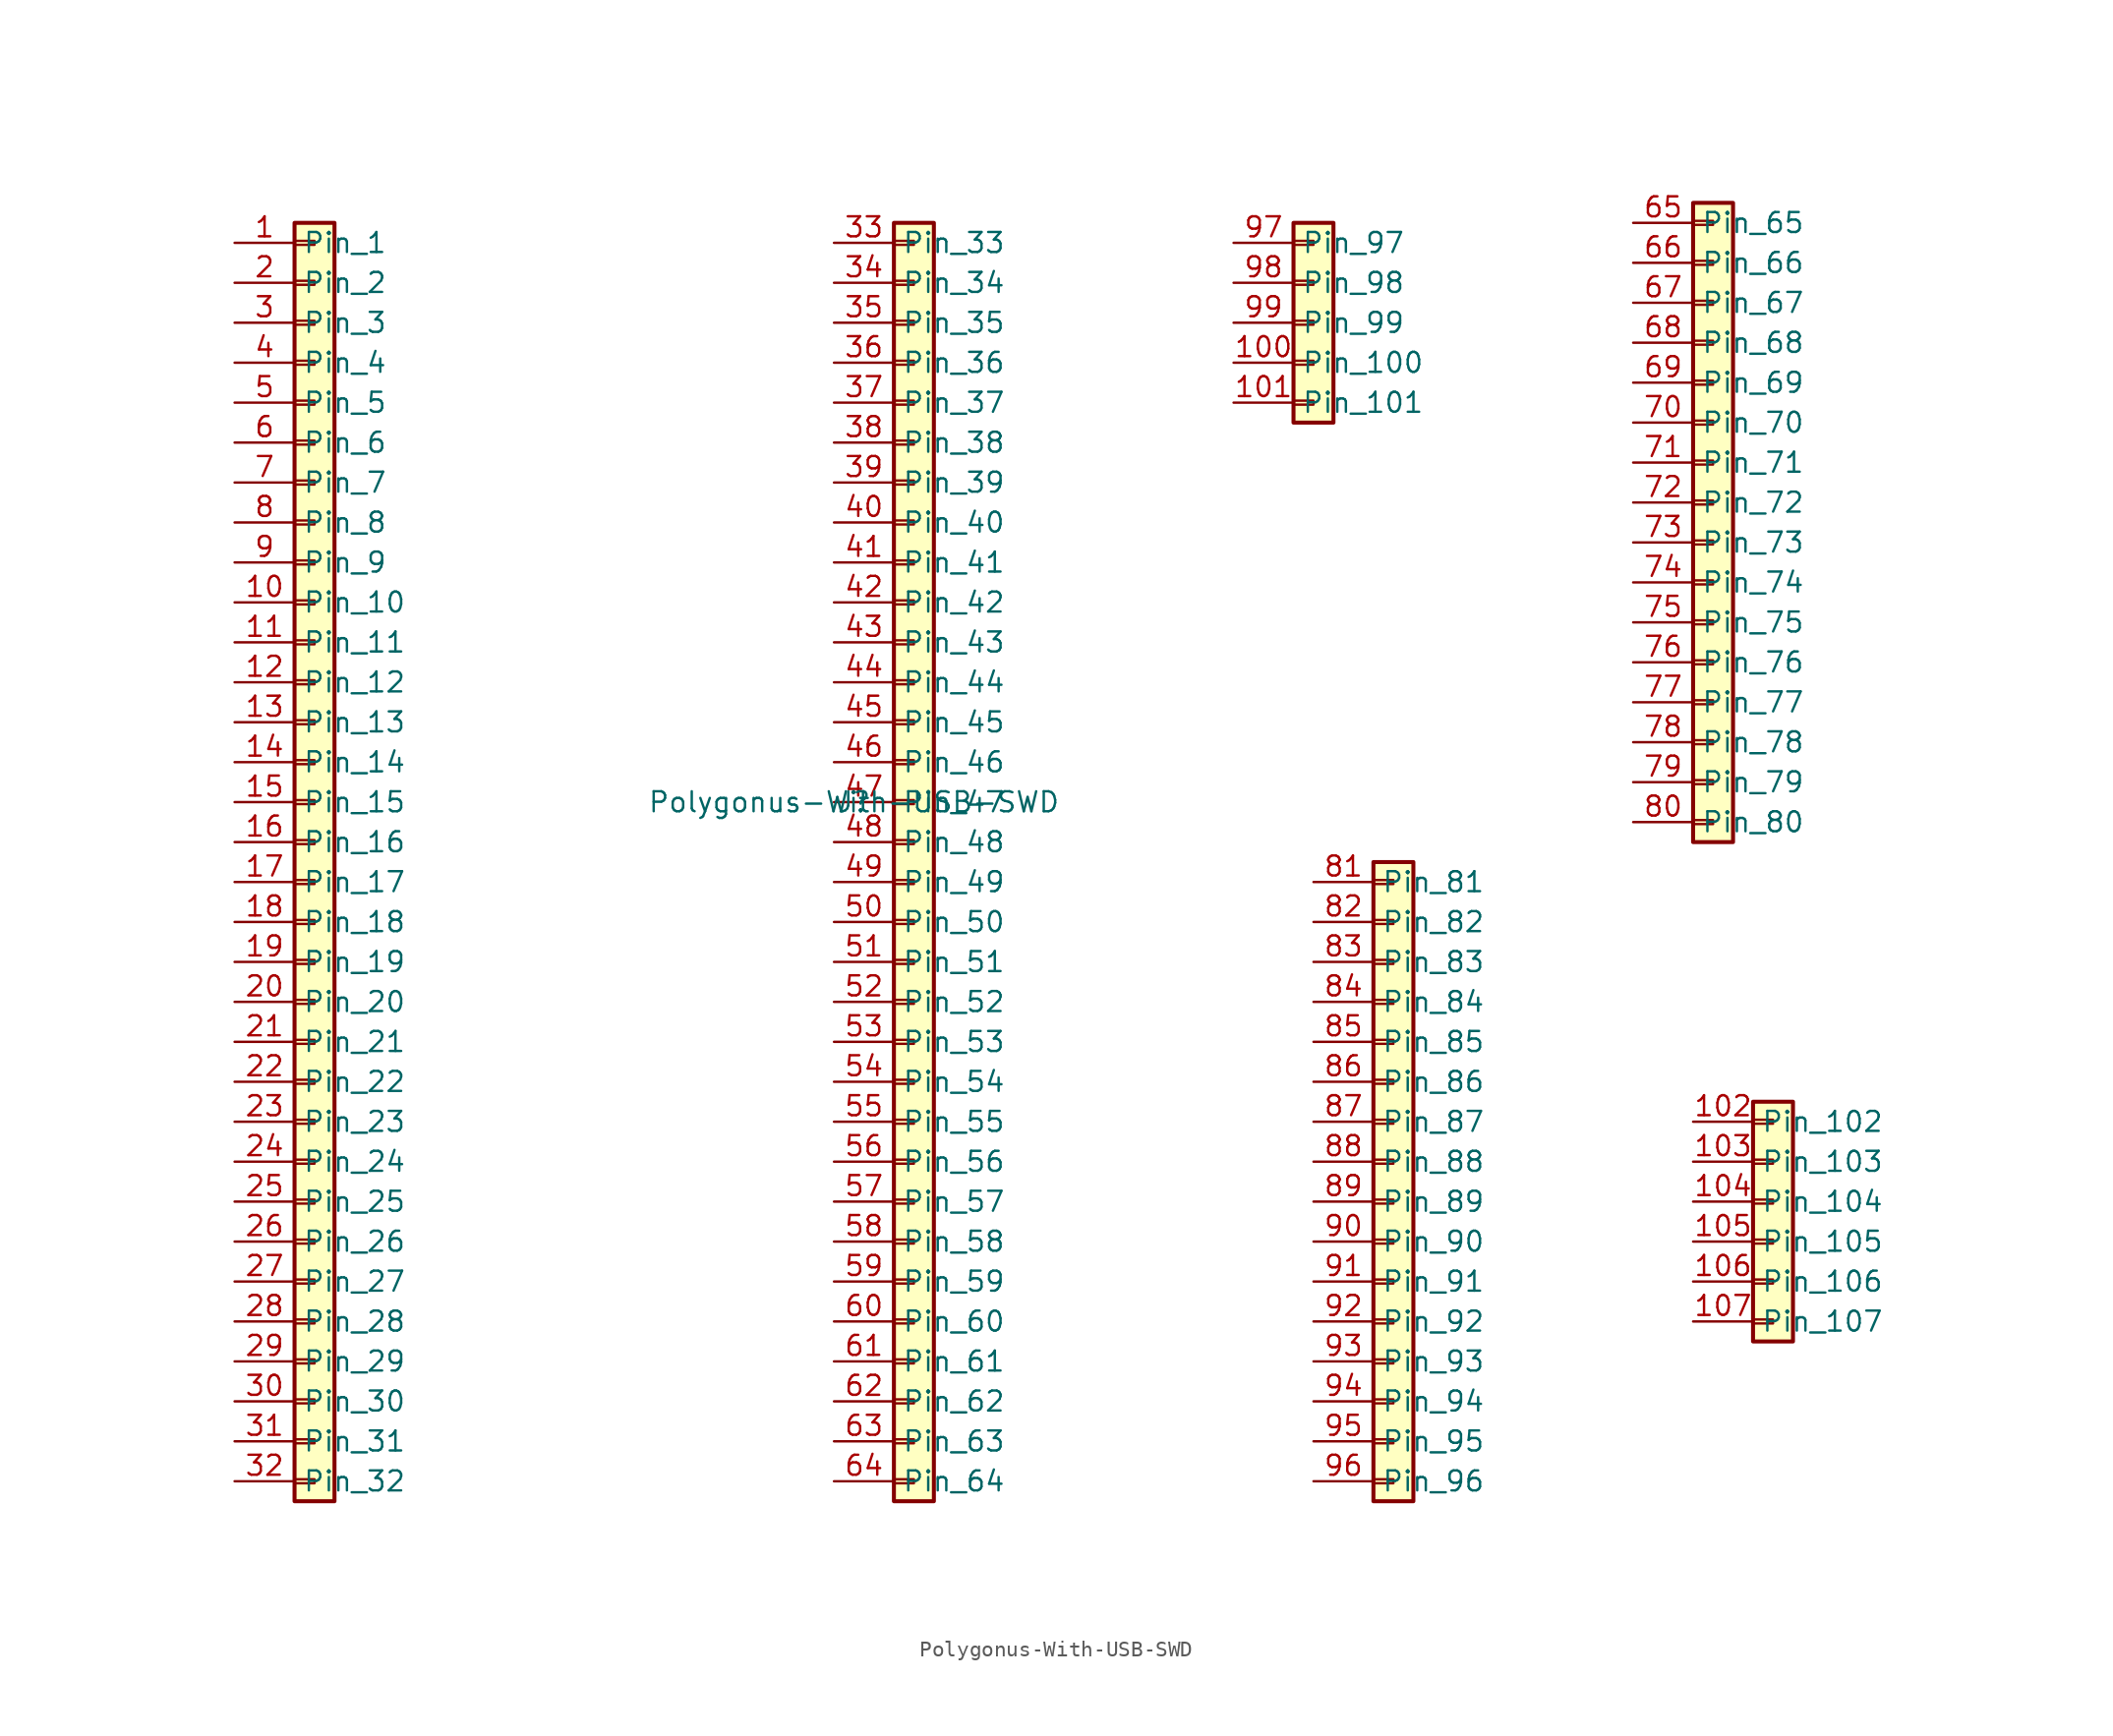
<source format=kicad_sym>
(kicad_symbol_lib
  (version 20211014)
  (generator kicad_symbol_editor)
  (symbol "Polygonus-With-USB-SWD"
    (property "Reference" "J"
      (at 0 0 0)
      (effects (font (size 1.27 1.27))))
    (property "Value" "Polygonus-With-USB-SWD"
      (at 0 0 0)
      (effects (font (size 1.27 1.27))))
    (symbol "Polygonus-With-USB-SWD_1_1"
      (rectangle (start -35.56 -43.053) (end -34.29 -43.307) (stroke (width 0.152) (type default) (color 0 0 0 0)) (fill (type none)))
      (rectangle (start -35.56 -40.513) (end -34.29 -40.767) (stroke (width 0.152) (type default) (color 0 0 0 0)) (fill (type none)))
      (rectangle (start -35.56 -37.973) (end -34.29 -38.227) (stroke (width 0.152) (type default) (color 0 0 0 0)) (fill (type none)))
      (rectangle (start -35.56 -35.433) (end -34.29 -35.687) (stroke (width 0.152) (type default) (color 0 0 0 0)) (fill (type none)))
      (rectangle (start -35.56 -32.893) (end -34.29 -33.147) (stroke (width 0.152) (type default) (color 0 0 0 0)) (fill (type none)))
      (rectangle (start -35.56 -30.353) (end -34.29 -30.607) (stroke (width 0.152) (type default) (color 0 0 0 0)) (fill (type none)))
      (rectangle (start -35.56 -27.813) (end -34.29 -28.067) (stroke (width 0.152) (type default) (color 0 0 0 0)) (fill (type none)))
      (rectangle (start -35.56 -25.273) (end -34.29 -25.527) (stroke (width 0.152) (type default) (color 0 0 0 0)) (fill (type none)))
      (rectangle (start -35.56 -22.733) (end -34.29 -22.987) (stroke (width 0.152) (type default) (color 0 0 0 0)) (fill (type none)))
      (rectangle (start -35.56 -20.193) (end -34.29 -20.447) (stroke (width 0.152) (type default) (color 0 0 0 0)) (fill (type none)))
      (rectangle (start -35.56 -17.653) (end -34.29 -17.907) (stroke (width 0.152) (type default) (color 0 0 0 0)) (fill (type none)))
      (rectangle (start -35.56 -15.113) (end -34.29 -15.367) (stroke (width 0.152) (type default) (color 0 0 0 0)) (fill (type none)))
      (rectangle (start -35.56 -12.573) (end -34.29 -12.827) (stroke (width 0.152) (type default) (color 0 0 0 0)) (fill (type none)))
      (rectangle (start -35.56 -10.033) (end -34.29 -10.287) (stroke (width 0.152) (type default) (color 0 0 0 0)) (fill (type none)))
      (rectangle (start -35.56 -7.493) (end -34.29 -7.747) (stroke (width 0.152) (type default) (color 0 0 0 0)) (fill (type none)))
      (rectangle (start -35.56 -4.953) (end -34.29 -5.207) (stroke (width 0.152) (type default) (color 0 0 0 0)) (fill (type none)))
      (rectangle (start -35.56 -2.413) (end -34.29 -2.667) (stroke (width 0.152) (type default) (color 0 0 0 0)) (fill (type none)))
      (rectangle (start -35.56 0.127) (end -34.29 -0.127) (stroke (width 0.152) (type default) (color 0 0 0 0)) (fill (type none)))
      (rectangle (start -35.56 2.667) (end -34.29 2.413) (stroke (width 0.152) (type default) (color 0 0 0 0)) (fill (type none)))
      (rectangle (start -35.56 5.207) (end -34.29 4.953) (stroke (width 0.152) (type default) (color 0 0 0 0)) (fill (type none)))
      (rectangle (start -35.56 7.747) (end -34.29 7.493) (stroke (width 0.152) (type default) (color 0 0 0 0)) (fill (type none)))
      (rectangle (start -35.56 10.287) (end -34.29 10.033) (stroke (width 0.152) (type default) (color 0 0 0 0)) (fill (type none)))
      (rectangle (start -35.56 12.827) (end -34.29 12.573) (stroke (width 0.152) (type default) (color 0 0 0 0)) (fill (type none)))
      (rectangle (start -35.56 15.367) (end -34.29 15.113) (stroke (width 0.152) (type default) (color 0 0 0 0)) (fill (type none)))
      (rectangle (start -35.56 17.907) (end -34.29 17.653) (stroke (width 0.152) (type default) (color 0 0 0 0)) (fill (type none)))
      (rectangle (start -35.56 20.447) (end -34.29 20.193) (stroke (width 0.152) (type default) (color 0 0 0 0)) (fill (type none)))
      (rectangle (start -35.56 22.987) (end -34.29 22.733) (stroke (width 0.152) (type default) (color 0 0 0 0)) (fill (type none)))
      (rectangle (start -35.56 25.527) (end -34.29 25.273) (stroke (width 0.152) (type default) (color 0 0 0 0)) (fill (type none)))
      (rectangle (start -35.56 28.067) (end -34.29 27.813) (stroke (width 0.152) (type default) (color 0 0 0 0)) (fill (type none)))
      (rectangle (start -35.56 30.607) (end -34.29 30.353) (stroke (width 0.152) (type default) (color 0 0 0 0)) (fill (type none)))
      (rectangle (start -35.56 33.147) (end -34.29 32.893) (stroke (width 0.152) (type default) (color 0 0 0 0)) (fill (type none)))
      (rectangle (start -35.56 35.687) (end -34.29 35.433) (stroke (width 0.152) (type default) (color 0 0 0 0)) (fill (type none)))
      (rectangle (start -35.56 36.83) (end -33.02 -44.45) (stroke (width 0.254) (type default) (color 0 0 0 0)) (fill (type background)))
      (rectangle (start 2.54 -43.053) (end 3.81 -43.307) (stroke (width 0.152) (type default) (color 0 0 0 0)) (fill (type none)))
      (rectangle (start 2.54 -40.513) (end 3.81 -40.767) (stroke (width 0.152) (type default) (color 0 0 0 0)) (fill (type none)))
      (rectangle (start 2.54 -37.973) (end 3.81 -38.227) (stroke (width 0.152) (type default) (color 0 0 0 0)) (fill (type none)))
      (rectangle (start 2.54 -35.433) (end 3.81 -35.687) (stroke (width 0.152) (type default) (color 0 0 0 0)) (fill (type none)))
      (rectangle (start 2.54 -32.893) (end 3.81 -33.147) (stroke (width 0.152) (type default) (color 0 0 0 0)) (fill (type none)))
      (rectangle (start 2.54 -30.353) (end 3.81 -30.607) (stroke (width 0.152) (type default) (color 0 0 0 0)) (fill (type none)))
      (rectangle (start 2.54 -27.813) (end 3.81 -28.067) (stroke (width 0.152) (type default) (color 0 0 0 0)) (fill (type none)))
      (rectangle (start 2.54 -25.273) (end 3.81 -25.527) (stroke (width 0.152) (type default) (color 0 0 0 0)) (fill (type none)))
      (rectangle (start 2.54 -22.733) (end 3.81 -22.987) (stroke (width 0.152) (type default) (color 0 0 0 0)) (fill (type none)))
      (rectangle (start 2.54 -20.193) (end 3.81 -20.447) (stroke (width 0.152) (type default) (color 0 0 0 0)) (fill (type none)))
      (rectangle (start 2.54 -17.653) (end 3.81 -17.907) (stroke (width 0.152) (type default) (color 0 0 0 0)) (fill (type none)))
      (rectangle (start 2.54 -15.113) (end 3.81 -15.367) (stroke (width 0.152) (type default) (color 0 0 0 0)) (fill (type none)))
      (rectangle (start 2.54 -12.573) (end 3.81 -12.827) (stroke (width 0.152) (type default) (color 0 0 0 0)) (fill (type none)))
      (rectangle (start 2.54 -10.033) (end 3.81 -10.287) (stroke (width 0.152) (type default) (color 0 0 0 0)) (fill (type none)))
      (rectangle (start 2.54 -7.493) (end 3.81 -7.747) (stroke (width 0.152) (type default) (color 0 0 0 0)) (fill (type none)))
      (rectangle (start 2.54 -4.953) (end 3.81 -5.207) (stroke (width 0.152) (type default) (color 0 0 0 0)) (fill (type none)))
      (rectangle (start 2.54 -2.413) (end 3.81 -2.667) (stroke (width 0.152) (type default) (color 0 0 0 0)) (fill (type none)))
      (rectangle (start 2.54 0.127) (end 3.81 -0.127) (stroke (width 0.152) (type default) (color 0 0 0 0)) (fill (type none)))
      (rectangle (start 2.54 2.667) (end 3.81 2.413) (stroke (width 0.152) (type default) (color 0 0 0 0)) (fill (type none)))
      (rectangle (start 2.54 5.207) (end 3.81 4.953) (stroke (width 0.152) (type default) (color 0 0 0 0)) (fill (type none)))
      (rectangle (start 2.54 7.747) (end 3.81 7.493) (stroke (width 0.152) (type default) (color 0 0 0 0)) (fill (type none)))
      (rectangle (start 2.54 10.287) (end 3.81 10.033) (stroke (width 0.152) (type default) (color 0 0 0 0)) (fill (type none)))
      (rectangle (start 2.54 12.827) (end 3.81 12.573) (stroke (width 0.152) (type default) (color 0 0 0 0)) (fill (type none)))
      (rectangle (start 2.54 15.367) (end 3.81 15.113) (stroke (width 0.152) (type default) (color 0 0 0 0)) (fill (type none)))
      (rectangle (start 2.54 17.907) (end 3.81 17.653) (stroke (width 0.152) (type default) (color 0 0 0 0)) (fill (type none)))
      (rectangle (start 2.54 20.447) (end 3.81 20.193) (stroke (width 0.152) (type default) (color 0 0 0 0)) (fill (type none)))
      (rectangle (start 2.54 22.987) (end 3.81 22.733) (stroke (width 0.152) (type default) (color 0 0 0 0)) (fill (type none)))
      (rectangle (start 2.54 25.527) (end 3.81 25.273) (stroke (width 0.152) (type default) (color 0 0 0 0)) (fill (type none)))
      (rectangle (start 2.54 28.067) (end 3.81 27.813) (stroke (width 0.152) (type default) (color 0 0 0 0)) (fill (type none)))
      (rectangle (start 2.54 30.607) (end 3.81 30.353) (stroke (width 0.152) (type default) (color 0 0 0 0)) (fill (type none)))
      (rectangle (start 2.54 33.147) (end 3.81 32.893) (stroke (width 0.152) (type default) (color 0 0 0 0)) (fill (type none)))
      (rectangle (start 2.54 35.687) (end 3.81 35.433) (stroke (width 0.152) (type default) (color 0 0 0 0)) (fill (type none)))
      (rectangle (start 2.54 36.83) (end 5.08 -44.45) (stroke (width 0.254) (type default) (color 0 0 0 0)) (fill (type background)))
      (rectangle (start 27.94 25.527) (end 29.21 25.273) (stroke (width 0.152) (type default) (color 0 0 0 0)) (fill (type none)))
      (rectangle (start 27.94 28.067) (end 29.21 27.813) (stroke (width 0.152) (type default) (color 0 0 0 0)) (fill (type none)))
      (rectangle (start 27.94 30.607) (end 29.21 30.353) (stroke (width 0.152) (type default) (color 0 0 0 0)) (fill (type none)))
      (rectangle (start 27.94 33.147) (end 29.21 32.893) (stroke (width 0.152) (type default) (color 0 0 0 0)) (fill (type none)))
      (rectangle (start 27.94 35.687) (end 29.21 35.433) (stroke (width 0.152) (type default) (color 0 0 0 0)) (fill (type none)))
      (rectangle (start 27.94 36.83) (end 30.48 24.13) (stroke (width 0.254) (type default) (color 0 0 0 0)) (fill (type background)))
      (rectangle (start 33.02 -43.053) (end 34.29 -43.307) (stroke (width 0.152) (type default) (color 0 0 0 0)) (fill (type none)))
      (rectangle (start 33.02 -40.513) (end 34.29 -40.767) (stroke (width 0.152) (type default) (color 0 0 0 0)) (fill (type none)))
      (rectangle (start 33.02 -37.973) (end 34.29 -38.227) (stroke (width 0.152) (type default) (color 0 0 0 0)) (fill (type none)))
      (rectangle (start 33.02 -35.433) (end 34.29 -35.687) (stroke (width 0.152) (type default) (color 0 0 0 0)) (fill (type none)))
      (rectangle (start 33.02 -32.893) (end 34.29 -33.147) (stroke (width 0.152) (type default) (color 0 0 0 0)) (fill (type none)))
      (rectangle (start 33.02 -30.353) (end 34.29 -30.607) (stroke (width 0.152) (type default) (color 0 0 0 0)) (fill (type none)))
      (rectangle (start 33.02 -27.813) (end 34.29 -28.067) (stroke (width 0.152) (type default) (color 0 0 0 0)) (fill (type none)))
      (rectangle (start 33.02 -25.273) (end 34.29 -25.527) (stroke (width 0.152) (type default) (color 0 0 0 0)) (fill (type none)))
      (rectangle (start 33.02 -22.733) (end 34.29 -22.987) (stroke (width 0.152) (type default) (color 0 0 0 0)) (fill (type none)))
      (rectangle (start 33.02 -20.193) (end 34.29 -20.447) (stroke (width 0.152) (type default) (color 0 0 0 0)) (fill (type none)))
      (rectangle (start 33.02 -17.653) (end 34.29 -17.907) (stroke (width 0.152) (type default) (color 0 0 0 0)) (fill (type none)))
      (rectangle (start 33.02 -15.113) (end 34.29 -15.367) (stroke (width 0.152) (type default) (color 0 0 0 0)) (fill (type none)))
      (rectangle (start 33.02 -12.573) (end 34.29 -12.827) (stroke (width 0.152) (type default) (color 0 0 0 0)) (fill (type none)))
      (rectangle (start 33.02 -10.033) (end 34.29 -10.287) (stroke (width 0.152) (type default) (color 0 0 0 0)) (fill (type none)))
      (rectangle (start 33.02 -7.493) (end 34.29 -7.747) (stroke (width 0.152) (type default) (color 0 0 0 0)) (fill (type none)))
      (rectangle (start 33.02 -4.953) (end 34.29 -5.207) (stroke (width 0.152) (type default) (color 0 0 0 0)) (fill (type none)))
      (rectangle (start 33.02 -3.81) (end 35.56 -44.45) (stroke (width 0.254) (type default) (color 0 0 0 0)) (fill (type background)))
      (rectangle (start 53.34 -1.143) (end 54.61 -1.397) (stroke (width 0.152) (type default) (color 0 0 0 0)) (fill (type none)))
      (rectangle (start 53.34 1.397) (end 54.61 1.143) (stroke (width 0.152) (type default) (color 0 0 0 0)) (fill (type none)))
      (rectangle (start 53.34 3.937) (end 54.61 3.683) (stroke (width 0.152) (type default) (color 0 0 0 0)) (fill (type none)))
      (rectangle (start 53.34 6.477) (end 54.61 6.223) (stroke (width 0.152) (type default) (color 0 0 0 0)) (fill (type none)))
      (rectangle (start 53.34 9.017) (end 54.61 8.763) (stroke (width 0.152) (type default) (color 0 0 0 0)) (fill (type none)))
      (rectangle (start 53.34 11.557) (end 54.61 11.303) (stroke (width 0.152) (type default) (color 0 0 0 0)) (fill (type none)))
      (rectangle (start 53.34 14.097) (end 54.61 13.843) (stroke (width 0.152) (type default) (color 0 0 0 0)) (fill (type none)))
      (rectangle (start 53.34 16.637) (end 54.61 16.383) (stroke (width 0.152) (type default) (color 0 0 0 0)) (fill (type none)))
      (rectangle (start 53.34 19.177) (end 54.61 18.923) (stroke (width 0.152) (type default) (color 0 0 0 0)) (fill (type none)))
      (rectangle (start 53.34 21.717) (end 54.61 21.463) (stroke (width 0.152) (type default) (color 0 0 0 0)) (fill (type none)))
      (rectangle (start 53.34 24.257) (end 54.61 24.003) (stroke (width 0.152) (type default) (color 0 0 0 0)) (fill (type none)))
      (rectangle (start 53.34 26.797) (end 54.61 26.543) (stroke (width 0.152) (type default) (color 0 0 0 0)) (fill (type none)))
      (rectangle (start 53.34 29.337) (end 54.61 29.083) (stroke (width 0.152) (type default) (color 0 0 0 0)) (fill (type none)))
      (rectangle (start 53.34 31.877) (end 54.61 31.623) (stroke (width 0.152) (type default) (color 0 0 0 0)) (fill (type none)))
      (rectangle (start 53.34 34.417) (end 54.61 34.163) (stroke (width 0.152) (type default) (color 0 0 0 0)) (fill (type none)))
      (rectangle (start 53.34 36.957) (end 54.61 36.703) (stroke (width 0.152) (type default) (color 0 0 0 0)) (fill (type none)))
      (rectangle (start 53.34 38.1) (end 55.88 -2.54) (stroke (width 0.254) (type default) (color 0 0 0 0)) (fill (type background)))
      (rectangle (start 57.15 -32.893) (end 58.42 -33.147) (stroke (width 0.152) (type default) (color 0 0 0 0)) (fill (type none)))
      (rectangle (start 57.15 -30.353) (end 58.42 -30.607) (stroke (width 0.152) (type default) (color 0 0 0 0)) (fill (type none)))
      (rectangle (start 57.15 -27.813) (end 58.42 -28.067) (stroke (width 0.152) (type default) (color 0 0 0 0)) (fill (type none)))
      (rectangle (start 57.15 -25.273) (end 58.42 -25.527) (stroke (width 0.152) (type default) (color 0 0 0 0)) (fill (type none)))
      (rectangle (start 57.15 -22.733) (end 58.42 -22.987) (stroke (width 0.152) (type default) (color 0 0 0 0)) (fill (type none)))
      (rectangle (start 57.15 -20.193) (end 58.42 -20.447) (stroke (width 0.152) (type default) (color 0 0 0 0)) (fill (type none)))
      (rectangle (start 57.15 -19.05) (end 59.69 -34.29) (stroke (width 0.254) (type default) (color 0 0 0 0)) (fill (type background)))
      (pin passive line (at -39.37 35.56 0) (length 3.81) (name "Pin_1" (effects (font (size 1.27 1.27)))) (number "1" (effects (font (size 1.27 1.27)))))
      (pin passive line (at -39.37 12.7 0) (length 3.81) (name "Pin_10" (effects (font (size 1.27 1.27)))) (number "10" (effects (font (size 1.27 1.27)))))
      (pin passive line (at 24.13 27.94 0) (length 3.81) (name "Pin_100" (effects (font (size 1.27 1.27)))) (number "100" (effects (font (size 1.27 1.27)))))
      (pin passive line (at 24.13 25.4 0) (length 3.81) (name "Pin_101" (effects (font (size 1.27 1.27)))) (number "101" (effects (font (size 1.27 1.27)))))
      (pin passive line (at 53.34 -20.32 0) (length 3.81) (name "Pin_102" (effects (font (size 1.27 1.27)))) (number "102" (effects (font (size 1.27 1.27)))))
      (pin passive line (at 53.34 -22.86 0) (length 3.81) (name "Pin_103" (effects (font (size 1.27 1.27)))) (number "103" (effects (font (size 1.27 1.27)))))
      (pin passive line (at 53.34 -25.4 0) (length 3.81) (name "Pin_104" (effects (font (size 1.27 1.27)))) (number "104" (effects (font (size 1.27 1.27)))))
      (pin passive line (at 53.34 -27.94 0) (length 3.81) (name "Pin_105" (effects (font (size 1.27 1.27)))) (number "105" (effects (font (size 1.27 1.27)))))
      (pin passive line (at 53.34 -30.48 0) (length 3.81) (name "Pin_106" (effects (font (size 1.27 1.27)))) (number "106" (effects (font (size 1.27 1.27)))))
      (pin passive line (at 53.34 -33.02 0) (length 3.81) (name "Pin_107" (effects (font (size 1.27 1.27)))) (number "107" (effects (font (size 1.27 1.27)))))
      (pin passive line (at -39.37 10.16 0) (length 3.81) (name "Pin_11" (effects (font (size 1.27 1.27)))) (number "11" (effects (font (size 1.27 1.27)))))
      (pin passive line (at -39.37 7.62 0) (length 3.81) (name "Pin_12" (effects (font (size 1.27 1.27)))) (number "12" (effects (font (size 1.27 1.27)))))
      (pin passive line (at -39.37 5.08 0) (length 3.81) (name "Pin_13" (effects (font (size 1.27 1.27)))) (number "13" (effects (font (size 1.27 1.27)))))
      (pin passive line (at -39.37 2.54 0) (length 3.81) (name "Pin_14" (effects (font (size 1.27 1.27)))) (number "14" (effects (font (size 1.27 1.27)))))
      (pin passive line (at -39.37 0 0) (length 3.81) (name "Pin_15" (effects (font (size 1.27 1.27)))) (number "15" (effects (font (size 1.27 1.27)))))
      (pin passive line (at -39.37 -2.54 0) (length 3.81) (name "Pin_16" (effects (font (size 1.27 1.27)))) (number "16" (effects (font (size 1.27 1.27)))))
      (pin passive line (at -39.37 -5.08 0) (length 3.81) (name "Pin_17" (effects (font (size 1.27 1.27)))) (number "17" (effects (font (size 1.27 1.27)))))
      (pin passive line (at -39.37 -7.62 0) (length 3.81) (name "Pin_18" (effects (font (size 1.27 1.27)))) (number "18" (effects (font (size 1.27 1.27)))))
      (pin passive line (at -39.37 -10.16 0) (length 3.81) (name "Pin_19" (effects (font (size 1.27 1.27)))) (number "19" (effects (font (size 1.27 1.27)))))
      (pin passive line (at -39.37 33.02 0) (length 3.81) (name "Pin_2" (effects (font (size 1.27 1.27)))) (number "2" (effects (font (size 1.27 1.27)))))
      (pin passive line (at -39.37 -12.7 0) (length 3.81) (name "Pin_20" (effects (font (size 1.27 1.27)))) (number "20" (effects (font (size 1.27 1.27)))))
      (pin passive line (at -39.37 -15.24 0) (length 3.81) (name "Pin_21" (effects (font (size 1.27 1.27)))) (number "21" (effects (font (size 1.27 1.27)))))
      (pin passive line (at -39.37 -17.78 0) (length 3.81) (name "Pin_22" (effects (font (size 1.27 1.27)))) (number "22" (effects (font (size 1.27 1.27)))))
      (pin passive line (at -39.37 -20.32 0) (length 3.81) (name "Pin_23" (effects (font (size 1.27 1.27)))) (number "23" (effects (font (size 1.27 1.27)))))
      (pin passive line (at -39.37 -22.86 0) (length 3.81) (name "Pin_24" (effects (font (size 1.27 1.27)))) (number "24" (effects (font (size 1.27 1.27)))))
      (pin passive line (at -39.37 -25.4 0) (length 3.81) (name "Pin_25" (effects (font (size 1.27 1.27)))) (number "25" (effects (font (size 1.27 1.27)))))
      (pin passive line (at -39.37 -27.94 0) (length 3.81) (name "Pin_26" (effects (font (size 1.27 1.27)))) (number "26" (effects (font (size 1.27 1.27)))))
      (pin passive line (at -39.37 -30.48 0) (length 3.81) (name "Pin_27" (effects (font (size 1.27 1.27)))) (number "27" (effects (font (size 1.27 1.27)))))
      (pin passive line (at -39.37 -33.02 0) (length 3.81) (name "Pin_28" (effects (font (size 1.27 1.27)))) (number "28" (effects (font (size 1.27 1.27)))))
      (pin passive line (at -39.37 -35.56 0) (length 3.81) (name "Pin_29" (effects (font (size 1.27 1.27)))) (number "29" (effects (font (size 1.27 1.27)))))
      (pin passive line (at -39.37 30.48 0) (length 3.81) (name "Pin_3" (effects (font (size 1.27 1.27)))) (number "3" (effects (font (size 1.27 1.27)))))
      (pin passive line (at -39.37 -38.1 0) (length 3.81) (name "Pin_30" (effects (font (size 1.27 1.27)))) (number "30" (effects (font (size 1.27 1.27)))))
      (pin passive line (at -39.37 -40.64 0) (length 3.81) (name "Pin_31" (effects (font (size 1.27 1.27)))) (number "31" (effects (font (size 1.27 1.27)))))
      (pin passive line (at -39.37 -43.18 0) (length 3.81) (name "Pin_32" (effects (font (size 1.27 1.27)))) (number "32" (effects (font (size 1.27 1.27)))))
      (pin passive line (at -1.27 35.56 0) (length 3.81) (name "Pin_33" (effects (font (size 1.27 1.27)))) (number "33" (effects (font (size 1.27 1.27)))))
      (pin passive line (at -1.27 33.02 0) (length 3.81) (name "Pin_34" (effects (font (size 1.27 1.27)))) (number "34" (effects (font (size 1.27 1.27)))))
      (pin passive line (at -1.27 30.48 0) (length 3.81) (name "Pin_35" (effects (font (size 1.27 1.27)))) (number "35" (effects (font (size 1.27 1.27)))))
      (pin passive line (at -1.27 27.94 0) (length 3.81) (name "Pin_36" (effects (font (size 1.27 1.27)))) (number "36" (effects (font (size 1.27 1.27)))))
      (pin passive line (at -1.27 25.4 0) (length 3.81) (name "Pin_37" (effects (font (size 1.27 1.27)))) (number "37" (effects (font (size 1.27 1.27)))))
      (pin passive line (at -1.27 22.86 0) (length 3.81) (name "Pin_38" (effects (font (size 1.27 1.27)))) (number "38" (effects (font (size 1.27 1.27)))))
      (pin passive line (at -1.27 20.32 0) (length 3.81) (name "Pin_39" (effects (font (size 1.27 1.27)))) (number "39" (effects (font (size 1.27 1.27)))))
      (pin passive line (at -39.37 27.94 0) (length 3.81) (name "Pin_4" (effects (font (size 1.27 1.27)))) (number "4" (effects (font (size 1.27 1.27)))))
      (pin passive line (at -1.27 17.78 0) (length 3.81) (name "Pin_40" (effects (font (size 1.27 1.27)))) (number "40" (effects (font (size 1.27 1.27)))))
      (pin passive line (at -1.27 15.24 0) (length 3.81) (name "Pin_41" (effects (font (size 1.27 1.27)))) (number "41" (effects (font (size 1.27 1.27)))))
      (pin passive line (at -1.27 12.7 0) (length 3.81) (name "Pin_42" (effects (font (size 1.27 1.27)))) (number "42" (effects (font (size 1.27 1.27)))))
      (pin passive line (at -1.27 10.16 0) (length 3.81) (name "Pin_43" (effects (font (size 1.27 1.27)))) (number "43" (effects (font (size 1.27 1.27)))))
      (pin passive line (at -1.27 7.62 0) (length 3.81) (name "Pin_44" (effects (font (size 1.27 1.27)))) (number "44" (effects (font (size 1.27 1.27)))))
      (pin passive line (at -1.27 5.08 0) (length 3.81) (name "Pin_45" (effects (font (size 1.27 1.27)))) (number "45" (effects (font (size 1.27 1.27)))))
      (pin passive line (at -1.27 2.54 0) (length 3.81) (name "Pin_46" (effects (font (size 1.27 1.27)))) (number "46" (effects (font (size 1.27 1.27)))))
      (pin passive line (at -1.27 0 0) (length 3.81) (name "Pin_47" (effects (font (size 1.27 1.27)))) (number "47" (effects (font (size 1.27 1.27)))))
      (pin passive line (at -1.27 -2.54 0) (length 3.81) (name "Pin_48" (effects (font (size 1.27 1.27)))) (number "48" (effects (font (size 1.27 1.27)))))
      (pin passive line (at -1.27 -5.08 0) (length 3.81) (name "Pin_49" (effects (font (size 1.27 1.27)))) (number "49" (effects (font (size 1.27 1.27)))))
      (pin passive line (at -39.37 25.4 0) (length 3.81) (name "Pin_5" (effects (font (size 1.27 1.27)))) (number "5" (effects (font (size 1.27 1.27)))))
      (pin passive line (at -1.27 -7.62 0) (length 3.81) (name "Pin_50" (effects (font (size 1.27 1.27)))) (number "50" (effects (font (size 1.27 1.27)))))
      (pin passive line (at -1.27 -10.16 0) (length 3.81) (name "Pin_51" (effects (font (size 1.27 1.27)))) (number "51" (effects (font (size 1.27 1.27)))))
      (pin passive line (at -1.27 -12.7 0) (length 3.81) (name "Pin_52" (effects (font (size 1.27 1.27)))) (number "52" (effects (font (size 1.27 1.27)))))
      (pin passive line (at -1.27 -15.24 0) (length 3.81) (name "Pin_53" (effects (font (size 1.27 1.27)))) (number "53" (effects (font (size 1.27 1.27)))))
      (pin passive line (at -1.27 -17.78 0) (length 3.81) (name "Pin_54" (effects (font (size 1.27 1.27)))) (number "54" (effects (font (size 1.27 1.27)))))
      (pin passive line (at -1.27 -20.32 0) (length 3.81) (name "Pin_55" (effects (font (size 1.27 1.27)))) (number "55" (effects (font (size 1.27 1.27)))))
      (pin passive line (at -1.27 -22.86 0) (length 3.81) (name "Pin_56" (effects (font (size 1.27 1.27)))) (number "56" (effects (font (size 1.27 1.27)))))
      (pin passive line (at -1.27 -25.4 0) (length 3.81) (name "Pin_57" (effects (font (size 1.27 1.27)))) (number "57" (effects (font (size 1.27 1.27)))))
      (pin passive line (at -1.27 -27.94 0) (length 3.81) (name "Pin_58" (effects (font (size 1.27 1.27)))) (number "58" (effects (font (size 1.27 1.27)))))
      (pin passive line (at -1.27 -30.48 0) (length 3.81) (name "Pin_59" (effects (font (size 1.27 1.27)))) (number "59" (effects (font (size 1.27 1.27)))))
      (pin passive line (at -39.37 22.86 0) (length 3.81) (name "Pin_6" (effects (font (size 1.27 1.27)))) (number "6" (effects (font (size 1.27 1.27)))))
      (pin passive line (at -1.27 -33.02 0) (length 3.81) (name "Pin_60" (effects (font (size 1.27 1.27)))) (number "60" (effects (font (size 1.27 1.27)))))
      (pin passive line (at -1.27 -35.56 0) (length 3.81) (name "Pin_61" (effects (font (size 1.27 1.27)))) (number "61" (effects (font (size 1.27 1.27)))))
      (pin passive line (at -1.27 -38.1 0) (length 3.81) (name "Pin_62" (effects (font (size 1.27 1.27)))) (number "62" (effects (font (size 1.27 1.27)))))
      (pin passive line (at -1.27 -40.64 0) (length 3.81) (name "Pin_63" (effects (font (size 1.27 1.27)))) (number "63" (effects (font (size 1.27 1.27)))))
      (pin passive line (at -1.27 -43.18 0) (length 3.81) (name "Pin_64" (effects (font (size 1.27 1.27)))) (number "64" (effects (font (size 1.27 1.27)))))
      (pin passive line (at 49.53 36.83 0) (length 3.81) (name "Pin_65" (effects (font (size 1.27 1.27)))) (number "65" (effects (font (size 1.27 1.27)))))
      (pin passive line (at 49.53 34.29 0) (length 3.81) (name "Pin_66" (effects (font (size 1.27 1.27)))) (number "66" (effects (font (size 1.27 1.27)))))
      (pin passive line (at 49.53 31.75 0) (length 3.81) (name "Pin_67" (effects (font (size 1.27 1.27)))) (number "67" (effects (font (size 1.27 1.27)))))
      (pin passive line (at 49.53 29.21 0) (length 3.81) (name "Pin_68" (effects (font (size 1.27 1.27)))) (number "68" (effects (font (size 1.27 1.27)))))
      (pin passive line (at 49.53 26.67 0) (length 3.81) (name "Pin_69" (effects (font (size 1.27 1.27)))) (number "69" (effects (font (size 1.27 1.27)))))
      (pin passive line (at -39.37 20.32 0) (length 3.81) (name "Pin_7" (effects (font (size 1.27 1.27)))) (number "7" (effects (font (size 1.27 1.27)))))
      (pin passive line (at 49.53 24.13 0) (length 3.81) (name "Pin_70" (effects (font (size 1.27 1.27)))) (number "70" (effects (font (size 1.27 1.27)))))
      (pin passive line (at 49.53 21.59 0) (length 3.81) (name "Pin_71" (effects (font (size 1.27 1.27)))) (number "71" (effects (font (size 1.27 1.27)))))
      (pin passive line (at 49.53 19.05 0) (length 3.81) (name "Pin_72" (effects (font (size 1.27 1.27)))) (number "72" (effects (font (size 1.27 1.27)))))
      (pin passive line (at 49.53 16.51 0) (length 3.81) (name "Pin_73" (effects (font (size 1.27 1.27)))) (number "73" (effects (font (size 1.27 1.27)))))
      (pin passive line (at 49.53 13.97 0) (length 3.81) (name "Pin_74" (effects (font (size 1.27 1.27)))) (number "74" (effects (font (size 1.27 1.27)))))
      (pin passive line (at 49.53 11.43 0) (length 3.81) (name "Pin_75" (effects (font (size 1.27 1.27)))) (number "75" (effects (font (size 1.27 1.27)))))
      (pin passive line (at 49.53 8.89 0) (length 3.81) (name "Pin_76" (effects (font (size 1.27 1.27)))) (number "76" (effects (font (size 1.27 1.27)))))
      (pin passive line (at 49.53 6.35 0) (length 3.81) (name "Pin_77" (effects (font (size 1.27 1.27)))) (number "77" (effects (font (size 1.27 1.27)))))
      (pin passive line (at 49.53 3.81 0) (length 3.81) (name "Pin_78" (effects (font (size 1.27 1.27)))) (number "78" (effects (font (size 1.27 1.27)))))
      (pin passive line (at 49.53 1.27 0) (length 3.81) (name "Pin_79" (effects (font (size 1.27 1.27)))) (number "79" (effects (font (size 1.27 1.27)))))
      (pin passive line (at -39.37 17.78 0) (length 3.81) (name "Pin_8" (effects (font (size 1.27 1.27)))) (number "8" (effects (font (size 1.27 1.27)))))
      (pin passive line (at 49.53 -1.27 0) (length 3.81) (name "Pin_80" (effects (font (size 1.27 1.27)))) (number "80" (effects (font (size 1.27 1.27)))))
      (pin passive line (at 29.21 -5.08 0) (length 3.81) (name "Pin_81" (effects (font (size 1.27 1.27)))) (number "81" (effects (font (size 1.27 1.27)))))
      (pin passive line (at 29.21 -7.62 0) (length 3.81) (name "Pin_82" (effects (font (size 1.27 1.27)))) (number "82" (effects (font (size 1.27 1.27)))))
      (pin passive line (at 29.21 -10.16 0) (length 3.81) (name "Pin_83" (effects (font (size 1.27 1.27)))) (number "83" (effects (font (size 1.27 1.27)))))
      (pin passive line (at 29.21 -12.7 0) (length 3.81) (name "Pin_84" (effects (font (size 1.27 1.27)))) (number "84" (effects (font (size 1.27 1.27)))))
      (pin passive line (at 29.21 -15.24 0) (length 3.81) (name "Pin_85" (effects (font (size 1.27 1.27)))) (number "85" (effects (font (size 1.27 1.27)))))
      (pin passive line (at 29.21 -17.78 0) (length 3.81) (name "Pin_86" (effects (font (size 1.27 1.27)))) (number "86" (effects (font (size 1.27 1.27)))))
      (pin passive line (at 29.21 -20.32 0) (length 3.81) (name "Pin_87" (effects (font (size 1.27 1.27)))) (number "87" (effects (font (size 1.27 1.27)))))
      (pin passive line (at 29.21 -22.86 0) (length 3.81) (name "Pin_88" (effects (font (size 1.27 1.27)))) (number "88" (effects (font (size 1.27 1.27)))))
      (pin passive line (at 29.21 -25.4 0) (length 3.81) (name "Pin_89" (effects (font (size 1.27 1.27)))) (number "89" (effects (font (size 1.27 1.27)))))
      (pin passive line (at -39.37 15.24 0) (length 3.81) (name "Pin_9" (effects (font (size 1.27 1.27)))) (number "9" (effects (font (size 1.27 1.27)))))
      (pin passive line (at 29.21 -27.94 0) (length 3.81) (name "Pin_90" (effects (font (size 1.27 1.27)))) (number "90" (effects (font (size 1.27 1.27)))))
      (pin passive line (at 29.21 -30.48 0) (length 3.81) (name "Pin_91" (effects (font (size 1.27 1.27)))) (number "91" (effects (font (size 1.27 1.27)))))
      (pin passive line (at 29.21 -33.02 0) (length 3.81) (name "Pin_92" (effects (font (size 1.27 1.27)))) (number "92" (effects (font (size 1.27 1.27)))))
      (pin passive line (at 29.21 -35.56 0) (length 3.81) (name "Pin_93" (effects (font (size 1.27 1.27)))) (number "93" (effects (font (size 1.27 1.27)))))
      (pin passive line (at 29.21 -38.1 0) (length 3.81) (name "Pin_94" (effects (font (size 1.27 1.27)))) (number "94" (effects (font (size 1.27 1.27)))))
      (pin passive line (at 29.21 -40.64 0) (length 3.81) (name "Pin_95" (effects (font (size 1.27 1.27)))) (number "95" (effects (font (size 1.27 1.27)))))
      (pin passive line (at 29.21 -43.18 0) (length 3.81) (name "Pin_96" (effects (font (size 1.27 1.27)))) (number "96" (effects (font (size 1.27 1.27)))))
      (pin passive line (at 24.13 35.56 0) (length 3.81) (name "Pin_97" (effects (font (size 1.27 1.27)))) (number "97" (effects (font (size 1.27 1.27)))))
      (pin passive line (at 24.13 33.02 0) (length 3.81) (name "Pin_98" (effects (font (size 1.27 1.27)))) (number "98" (effects (font (size 1.27 1.27)))))
      (pin passive line (at 24.13 30.48 0) (length 3.81) (name "Pin_99" (effects (font (size 1.27 1.27)))) (number "99" (effects (font (size 1.27 1.27))))))))
</source>
